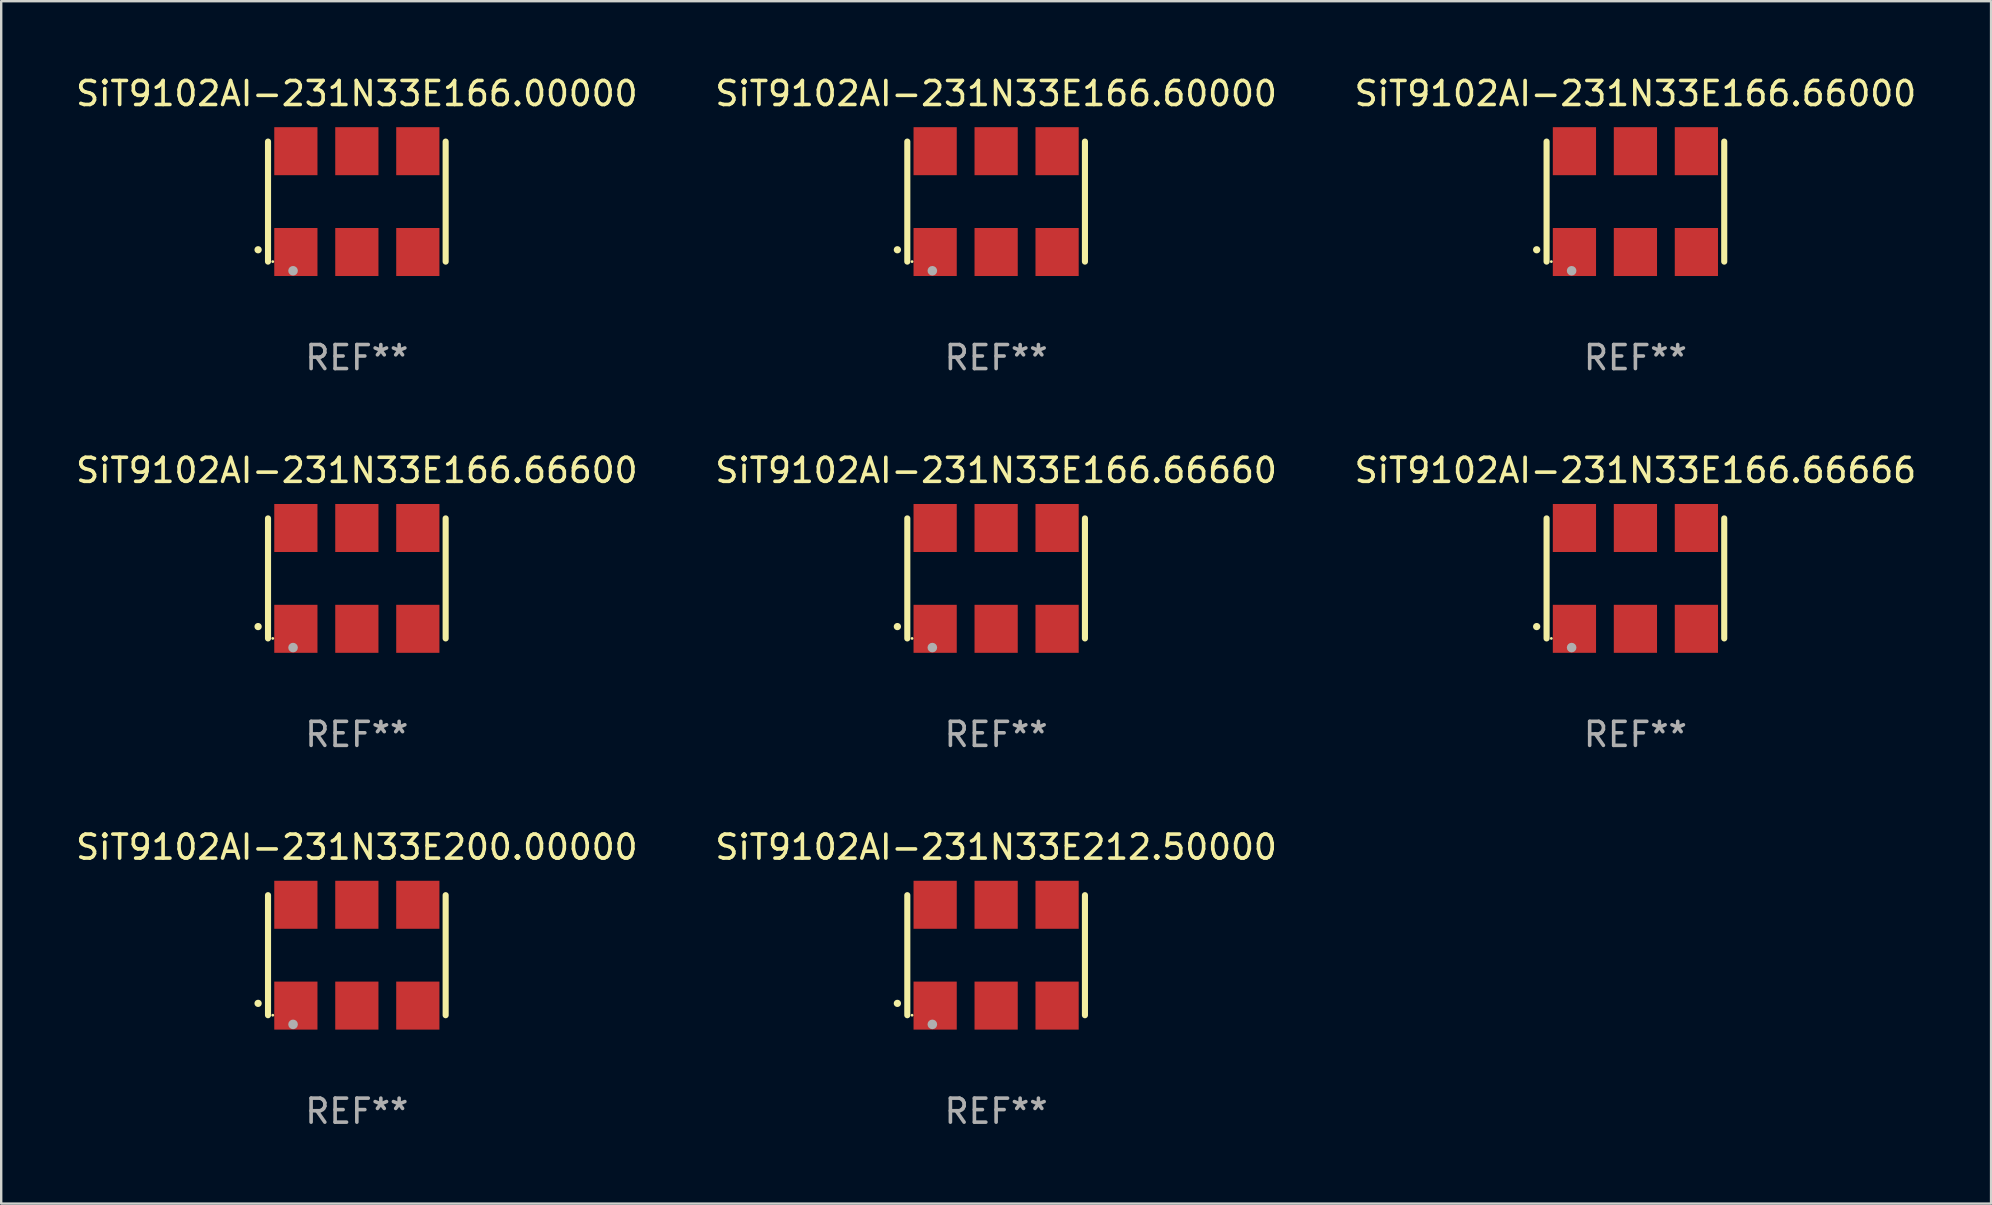
<source format=kicad_pcb>
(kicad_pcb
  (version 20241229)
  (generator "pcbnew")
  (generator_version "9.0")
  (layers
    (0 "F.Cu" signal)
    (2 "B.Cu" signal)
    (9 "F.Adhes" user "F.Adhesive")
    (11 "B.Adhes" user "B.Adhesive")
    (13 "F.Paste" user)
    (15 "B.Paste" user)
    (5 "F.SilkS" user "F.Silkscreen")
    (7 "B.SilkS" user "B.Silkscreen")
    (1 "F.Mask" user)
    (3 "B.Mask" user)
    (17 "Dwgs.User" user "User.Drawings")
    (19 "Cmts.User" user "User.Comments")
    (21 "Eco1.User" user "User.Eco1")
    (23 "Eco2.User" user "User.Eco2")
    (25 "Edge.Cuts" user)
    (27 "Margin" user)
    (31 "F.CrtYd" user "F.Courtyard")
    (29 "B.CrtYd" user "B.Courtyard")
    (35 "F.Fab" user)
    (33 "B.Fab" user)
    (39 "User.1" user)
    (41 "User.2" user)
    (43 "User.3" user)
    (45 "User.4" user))
  (footprint "SiT9102AI-231N33E166.60000"
    (layer "F.Cu")
    (at 38.446 5.348)
    (property "Reference" "SiT9102AI-231N33E166.60000" (at 0 -4.5 0) (layer "F.SilkS") (effects (font (size 1 1) (thickness 0.15))))
    (attr through_hole)
    (fp_line (start -3.7 -2.5) (end -3.7 2.5) (stroke (width 0.254) (type solid)) (layer "F.SilkS"))
    (fp_line (start 3.7 -2.5) (end 3.7 2.5) (stroke (width 0.254) (type solid)) (layer "F.SilkS"))
    (fp_arc (start -4.114415 2.006604) (mid -4.113145 2.006599) (end -4.111875 2.006604) (stroke (width 0.3) (type solid)) (layer "F.SilkS"))
    (fp_circle (center -3.502 2.5) (end -3.472 2.5) (stroke (width 0.06) (type solid)) (fill no) (layer "F.SilkS"))
    (fp_circle (center -2.657 2.882) (end -2.557 2.882) (stroke (width 0.2) (type solid)) (fill no) (layer "F.Fab"))
    (fp_text user "REF**" (at 0 6.5 0) (layer "F.Fab") (effects (font (size 1 1) (thickness 0.15))))
    (pad "1" smd rect (at -2.54 2.1) (size 1.8 2) (layers "F.Cu" "F.Mask" "F.Paste"))
    (pad "2" smd rect (at 0.000394 2.1) (size 1.8 2) (layers "F.Cu" "F.Mask" "F.Paste"))
    (pad "3" smd rect (at 2.54 2.1) (size 1.8 2) (layers "F.Cu" "F.Mask" "F.Paste"))
    (pad "4" smd rect (at 2.54 -2.1) (size 1.8 2) (layers "F.Cu" "F.Mask" "F.Paste"))
    (pad "5" smd rect (at 0.000394 -2.1) (size 1.8 2) (layers "F.Cu" "F.Mask" "F.Paste"))
    (pad "6" smd rect (at -2.54 -2.1) (size 1.8 2) (layers "F.Cu" "F.Mask" "F.Paste")))
  (footprint "SiT9102AI-231N33E166.66660"
    (layer "F.Cu")
    (at 38.446 21.045)
    (property "Reference" "SiT9102AI-231N33E166.66660" (at 0 -4.5 0) (layer "F.SilkS") (effects (font (size 1 1) (thickness 0.15))))
    (attr through_hole)
    (fp_line (start -3.7 -2.5) (end -3.7 2.5) (stroke (width 0.254) (type solid)) (layer "F.SilkS"))
    (fp_line (start 3.7 -2.5) (end 3.7 2.5) (stroke (width 0.254) (type solid)) (layer "F.SilkS"))
    (fp_arc (start -4.114415 2.006604) (mid -4.113145 2.006599) (end -4.111875 2.006604) (stroke (width 0.3) (type solid)) (layer "F.SilkS"))
    (fp_circle (center -3.502 2.5) (end -3.472 2.5) (stroke (width 0.06) (type solid)) (fill no) (layer "F.SilkS"))
    (fp_circle (center -2.657 2.882) (end -2.557 2.882) (stroke (width 0.2) (type solid)) (fill no) (layer "F.Fab"))
    (fp_text user "REF**" (at 0 6.5 0) (layer "F.Fab") (effects (font (size 1 1) (thickness 0.15))))
    (pad "1" smd rect (at -2.54 2.1) (size 1.8 2) (layers "F.Cu" "F.Mask" "F.Paste"))
    (pad "2" smd rect (at 0.000394 2.1) (size 1.8 2) (layers "F.Cu" "F.Mask" "F.Paste"))
    (pad "3" smd rect (at 2.54 2.1) (size 1.8 2) (layers "F.Cu" "F.Mask" "F.Paste"))
    (pad "4" smd rect (at 2.54 -2.1) (size 1.8 2) (layers "F.Cu" "F.Mask" "F.Paste"))
    (pad "5" smd rect (at 0.000394 -2.1) (size 1.8 2) (layers "F.Cu" "F.Mask" "F.Paste"))
    (pad "6" smd rect (at -2.54 -2.1) (size 1.8 2) (layers "F.Cu" "F.Mask" "F.Paste")))
  (footprint "SiT9102AI-231N33E212.50000"
    (layer "F.Cu")
    (at 38.446 36.741)
    (property "Reference" "SiT9102AI-231N33E212.50000" (at 0 -4.5 0) (layer "F.SilkS") (effects (font (size 1 1) (thickness 0.15))))
    (attr through_hole)
    (fp_line (start -3.7 -2.5) (end -3.7 2.5) (stroke (width 0.254) (type solid)) (layer "F.SilkS"))
    (fp_line (start 3.7 -2.5) (end 3.7 2.5) (stroke (width 0.254) (type solid)) (layer "F.SilkS"))
    (fp_arc (start -4.114415 2.006604) (mid -4.113145 2.006599) (end -4.111875 2.006604) (stroke (width 0.3) (type solid)) (layer "F.SilkS"))
    (fp_circle (center -3.502 2.5) (end -3.472 2.5) (stroke (width 0.06) (type solid)) (fill no) (layer "F.SilkS"))
    (fp_circle (center -2.657 2.882) (end -2.557 2.882) (stroke (width 0.2) (type solid)) (fill no) (layer "F.Fab"))
    (fp_text user "REF**" (at 0 6.5 0) (layer "F.Fab") (effects (font (size 1 1) (thickness 0.15))))
    (pad "1" smd rect (at -2.54 2.1) (size 1.8 2) (layers "F.Cu" "F.Mask" "F.Paste"))
    (pad "2" smd rect (at 0.000394 2.1) (size 1.8 2) (layers "F.Cu" "F.Mask" "F.Paste"))
    (pad "3" smd rect (at 2.54 2.1) (size 1.8 2) (layers "F.Cu" "F.Mask" "F.Paste"))
    (pad "4" smd rect (at 2.54 -2.1) (size 1.8 2) (layers "F.Cu" "F.Mask" "F.Paste"))
    (pad "5" smd rect (at 0.000394 -2.1) (size 1.8 2) (layers "F.Cu" "F.Mask" "F.Paste"))
    (pad "6" smd rect (at -2.54 -2.1) (size 1.8 2) (layers "F.Cu" "F.Mask" "F.Paste")))
  (footprint "SiT9102AI-231N33E200.00000"
    (layer "F.Cu")
    (at 11.815 36.741)
    (property "Reference" "SiT9102AI-231N33E200.00000" (at 0 -4.5 0) (layer "F.SilkS") (effects (font (size 1 1) (thickness 0.15))))
    (attr through_hole)
    (fp_line (start -3.7 -2.5) (end -3.7 2.5) (stroke (width 0.254) (type solid)) (layer "F.SilkS"))
    (fp_line (start 3.7 -2.5) (end 3.7 2.5) (stroke (width 0.254) (type solid)) (layer "F.SilkS"))
    (fp_arc (start -4.114415 2.006604) (mid -4.113145 2.006599) (end -4.111875 2.006604) (stroke (width 0.3) (type solid)) (layer "F.SilkS"))
    (fp_circle (center -3.502 2.5) (end -3.472 2.5) (stroke (width 0.06) (type solid)) (fill no) (layer "F.SilkS"))
    (fp_circle (center -2.657 2.882) (end -2.557 2.882) (stroke (width 0.2) (type solid)) (fill no) (layer "F.Fab"))
    (fp_text user "REF**" (at 0 6.5 0) (layer "F.Fab") (effects (font (size 1 1) (thickness 0.15))))
    (pad "1" smd rect (at -2.54 2.1) (size 1.8 2) (layers "F.Cu" "F.Mask" "F.Paste"))
    (pad "2" smd rect (at 0.000394 2.1) (size 1.8 2) (layers "F.Cu" "F.Mask" "F.Paste"))
    (pad "3" smd rect (at 2.54 2.1) (size 1.8 2) (layers "F.Cu" "F.Mask" "F.Paste"))
    (pad "4" smd rect (at 2.54 -2.1) (size 1.8 2) (layers "F.Cu" "F.Mask" "F.Paste"))
    (pad "5" smd rect (at 0.000394 -2.1) (size 1.8 2) (layers "F.Cu" "F.Mask" "F.Paste"))
    (pad "6" smd rect (at -2.54 -2.1) (size 1.8 2) (layers "F.Cu" "F.Mask" "F.Paste")))
  (footprint "SiT9102AI-231N33E166.66000"
    (layer "F.Cu")
    (at 65.077 5.348)
    (property "Reference" "SiT9102AI-231N33E166.66000" (at 0 -4.5 0) (layer "F.SilkS") (effects (font (size 1 1) (thickness 0.15))))
    (attr through_hole)
    (fp_line (start -3.7 -2.5) (end -3.7 2.5) (stroke (width 0.254) (type solid)) (layer "F.SilkS"))
    (fp_line (start 3.7 -2.5) (end 3.7 2.5) (stroke (width 0.254) (type solid)) (layer "F.SilkS"))
    (fp_arc (start -4.114415 2.006604) (mid -4.113145 2.006599) (end -4.111875 2.006604) (stroke (width 0.3) (type solid)) (layer "F.SilkS"))
    (fp_circle (center -3.502 2.5) (end -3.472 2.5) (stroke (width 0.06) (type solid)) (fill no) (layer "F.SilkS"))
    (fp_circle (center -2.657 2.882) (end -2.557 2.882) (stroke (width 0.2) (type solid)) (fill no) (layer "F.Fab"))
    (fp_text user "REF**" (at 0 6.5 0) (layer "F.Fab") (effects (font (size 1 1) (thickness 0.15))))
    (pad "1" smd rect (at -2.54 2.1) (size 1.8 2) (layers "F.Cu" "F.Mask" "F.Paste"))
    (pad "2" smd rect (at 0.000394 2.1) (size 1.8 2) (layers "F.Cu" "F.Mask" "F.Paste"))
    (pad "3" smd rect (at 2.54 2.1) (size 1.8 2) (layers "F.Cu" "F.Mask" "F.Paste"))
    (pad "4" smd rect (at 2.54 -2.1) (size 1.8 2) (layers "F.Cu" "F.Mask" "F.Paste"))
    (pad "5" smd rect (at 0.000394 -2.1) (size 1.8 2) (layers "F.Cu" "F.Mask" "F.Paste"))
    (pad "6" smd rect (at -2.54 -2.1) (size 1.8 2) (layers "F.Cu" "F.Mask" "F.Paste")))
  (footprint "SiT9102AI-231N33E166.66666"
    (layer "F.Cu")
    (at 65.077 21.045)
    (property "Reference" "SiT9102AI-231N33E166.66666" (at 0 -4.5 0) (layer "F.SilkS") (effects (font (size 1 1) (thickness 0.15))))
    (attr through_hole)
    (fp_line (start -3.7 -2.5) (end -3.7 2.5) (stroke (width 0.254) (type solid)) (layer "F.SilkS"))
    (fp_line (start 3.7 -2.5) (end 3.7 2.5) (stroke (width 0.254) (type solid)) (layer "F.SilkS"))
    (fp_arc (start -4.114415 2.006604) (mid -4.113145 2.006599) (end -4.111875 2.006604) (stroke (width 0.3) (type solid)) (layer "F.SilkS"))
    (fp_circle (center -3.502 2.5) (end -3.472 2.5) (stroke (width 0.06) (type solid)) (fill no) (layer "F.SilkS"))
    (fp_circle (center -2.657 2.882) (end -2.557 2.882) (stroke (width 0.2) (type solid)) (fill no) (layer "F.Fab"))
    (fp_text user "REF**" (at 0 6.5 0) (layer "F.Fab") (effects (font (size 1 1) (thickness 0.15))))
    (pad "1" smd rect (at -2.54 2.1) (size 1.8 2) (layers "F.Cu" "F.Mask" "F.Paste"))
    (pad "2" smd rect (at 0.000394 2.1) (size 1.8 2) (layers "F.Cu" "F.Mask" "F.Paste"))
    (pad "3" smd rect (at 2.54 2.1) (size 1.8 2) (layers "F.Cu" "F.Mask" "F.Paste"))
    (pad "4" smd rect (at 2.54 -2.1) (size 1.8 2) (layers "F.Cu" "F.Mask" "F.Paste"))
    (pad "5" smd rect (at 0.000394 -2.1) (size 1.8 2) (layers "F.Cu" "F.Mask" "F.Paste"))
    (pad "6" smd rect (at -2.54 -2.1) (size 1.8 2) (layers "F.Cu" "F.Mask" "F.Paste")))
  (footprint "SiT9102AI-231N33E166.00000"
    (layer "F.Cu")
    (at 11.815 5.348)
    (property "Reference" "SiT9102AI-231N33E166.00000" (at 0 -4.5 0) (layer "F.SilkS") (effects (font (size 1 1) (thickness 0.15))))
    (attr through_hole)
    (fp_line (start -3.7 -2.5) (end -3.7 2.5) (stroke (width 0.254) (type solid)) (layer "F.SilkS"))
    (fp_line (start 3.7 -2.5) (end 3.7 2.5) (stroke (width 0.254) (type solid)) (layer "F.SilkS"))
    (fp_arc (start -4.114415 2.006604) (mid -4.113145 2.006599) (end -4.111875 2.006604) (stroke (width 0.3) (type solid)) (layer "F.SilkS"))
    (fp_circle (center -3.502 2.5) (end -3.472 2.5) (stroke (width 0.06) (type solid)) (fill no) (layer "F.SilkS"))
    (fp_circle (center -2.657 2.882) (end -2.557 2.882) (stroke (width 0.2) (type solid)) (fill no) (layer "F.Fab"))
    (fp_text user "REF**" (at 0 6.5 0) (layer "F.Fab") (effects (font (size 1 1) (thickness 0.15))))
    (pad "1" smd rect (at -2.54 2.1) (size 1.8 2) (layers "F.Cu" "F.Mask" "F.Paste"))
    (pad "2" smd rect (at 0.000394 2.1) (size 1.8 2) (layers "F.Cu" "F.Mask" "F.Paste"))
    (pad "3" smd rect (at 2.54 2.1) (size 1.8 2) (layers "F.Cu" "F.Mask" "F.Paste"))
    (pad "4" smd rect (at 2.54 -2.1) (size 1.8 2) (layers "F.Cu" "F.Mask" "F.Paste"))
    (pad "5" smd rect (at 0.000394 -2.1) (size 1.8 2) (layers "F.Cu" "F.Mask" "F.Paste"))
    (pad "6" smd rect (at -2.54 -2.1) (size 1.8 2) (layers "F.Cu" "F.Mask" "F.Paste")))
  (footprint "SiT9102AI-231N33E166.66600"
    (layer "F.Cu")
    (at 11.815 21.045)
    (property "Reference" "SiT9102AI-231N33E166.66600" (at 0 -4.5 0) (layer "F.SilkS") (effects (font (size 1 1) (thickness 0.15))))
    (attr through_hole)
    (fp_line (start -3.7 -2.5) (end -3.7 2.5) (stroke (width 0.254) (type solid)) (layer "F.SilkS"))
    (fp_line (start 3.7 -2.5) (end 3.7 2.5) (stroke (width 0.254) (type solid)) (layer "F.SilkS"))
    (fp_arc (start -4.114415 2.006604) (mid -4.113145 2.006599) (end -4.111875 2.006604) (stroke (width 0.3) (type solid)) (layer "F.SilkS"))
    (fp_circle (center -3.502 2.5) (end -3.472 2.5) (stroke (width 0.06) (type solid)) (fill no) (layer "F.SilkS"))
    (fp_circle (center -2.657 2.882) (end -2.557 2.882) (stroke (width 0.2) (type solid)) (fill no) (layer "F.Fab"))
    (fp_text user "REF**" (at 0 6.5 0) (layer "F.Fab") (effects (font (size 1 1) (thickness 0.15))))
    (pad "1" smd rect (at -2.54 2.1) (size 1.8 2) (layers "F.Cu" "F.Mask" "F.Paste"))
    (pad "2" smd rect (at 0.000394 2.1) (size 1.8 2) (layers "F.Cu" "F.Mask" "F.Paste"))
    (pad "3" smd rect (at 2.54 2.1) (size 1.8 2) (layers "F.Cu" "F.Mask" "F.Paste"))
    (pad "4" smd rect (at 2.54 -2.1) (size 1.8 2) (layers "F.Cu" "F.Mask" "F.Paste"))
    (pad "5" smd rect (at 0.000394 -2.1) (size 1.8 2) (layers "F.Cu" "F.Mask" "F.Paste"))
    (pad "6" smd rect (at -2.54 -2.1) (size 1.8 2) (layers "F.Cu" "F.Mask" "F.Paste")))
  (gr_rect
    (start -3 -3)
    (end 79.893 47.09)
    (stroke (width 0.1) (type default))
    (fill no)
    (layer "Edge.Cuts")))
</source>
